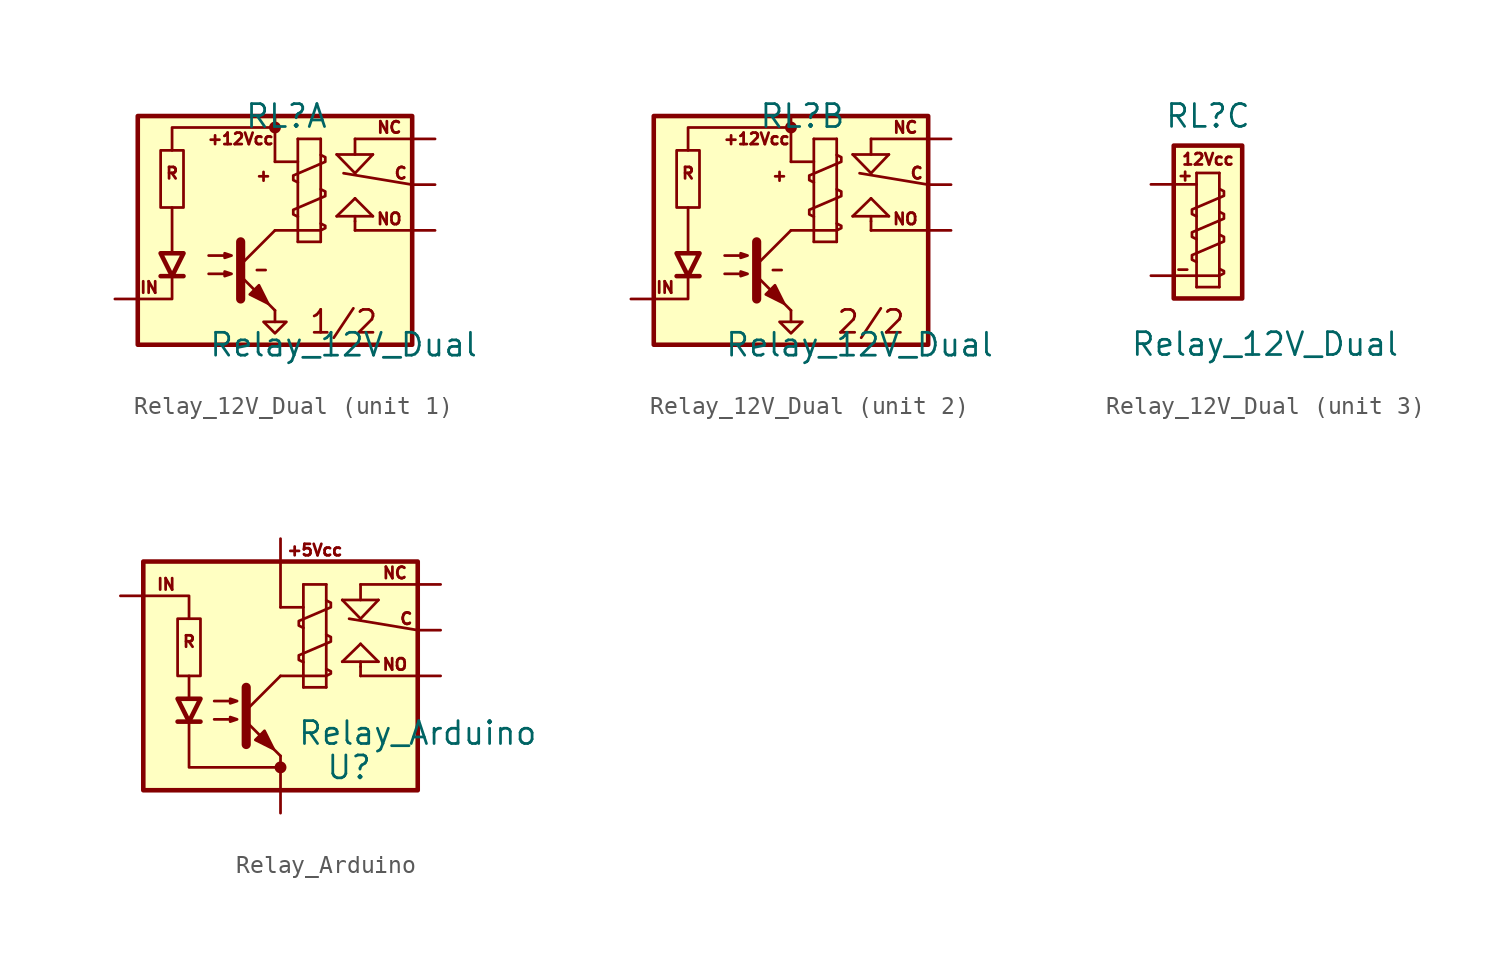
<source format=kicad_sym>
(kicad_symbol_lib
  (version 20211014)
  (generator kicad_symbol_editor)
  (symbol "Relay_12V_Dual"
    (pin_names
      (offset 1.016))
    (property "Reference" "RL"
      (at 0.635 6.35 0)
      (effects (font (size 1.27 1.27))))
    (property "Value" "Relay_12V_Dual"
      (at 3.81 -6.35 0)
      (effects (font (size 1.27 1.27))))
    (property "ki_locked" ""
      (at 0 0 0)
      (effects (font (size 1.27 1.27))))
    (symbol "Relay_12V_Dual_0_0"
      (text "+" (at -0.635 3.048 0) (effects (font (size 0.635 0.635))))
      (text "-" (at -0.762 -2.159 0) (effects (font (size 0.635 0.635)))))
    (symbol "Relay_12V_Dual_1_0"
      (polyline (pts (xy -5.715 1.27) (xy -5.715 -1.27)) (stroke (width 0) (type default) (color 0 0 0 0)) (fill (type none)))
      (polyline (pts (xy -5.715 -2.54) (xy -5.715 -3.81) (xy -7.62 -3.81)) (stroke (width 0) (type default) (color 0 0 0 0)) (fill (type none)))
      (polyline (pts (xy 0 5.715) (xy -5.715 5.715) (xy -5.715 4.445)) (stroke (width 0) (type default) (color 0 0 0 0)) (fill (type none)))
      (polyline (pts (xy -6.35 4.445) (xy -5.08 4.445) (xy -5.08 1.27) (xy -6.35 1.27) (xy -6.35 4.445)) (stroke (width 0) (type default) (color 0 0 0 0)) (fill (type none)))
      (text "+12Vcc" (at -1.905 5.08 0) (effects (font (size 0.635 0.635))))
      (text "1/2" (at 3.81 -5.08 0) (effects (font (size 1.27 1.27))))
      (text "C" (at 6.985 3.175 0) (effects (font (size 0.635 0.635))))
      (text "IN" (at -6.985 -3.175 0) (effects (font (size 0.635 0.635))))
      (text "NC" (at 6.35 5.715 0) (effects (font (size 0.635 0.635))))
      (text "NO" (at 6.35 0.635 0) (effects (font (size 0.635 0.635))))
      (text "R" (at -5.715 3.175 0) (effects (font (size 0.635 0.635)))))
    (symbol "Relay_12V_Dual_1_1"
      (rectangle (start -7.62 6.35) (end 7.62 -6.35) (stroke (width 0.254) (type default) (color 0 0 0 0)) (fill (type background)))
      (polyline (pts (xy -6.35 -2.54) (xy -5.08 -2.54)) (stroke (width 0.254) (type default) (color 0 0 0 0)) (fill (type none)))
      (polyline (pts (xy -1.905 -1.905) (xy 0 0)) (stroke (width 0) (type default) (color 0 0 0 0)) (fill (type none)))
      (polyline (pts (xy 0 -4.445) (xy -1.905 -2.54)) (stroke (width 0) (type default) (color 0 0 0 0)) (fill (type outline)))
      (polyline (pts (xy 0 -4.445) (xy 0 -5.08)) (stroke (width 0) (type default) (color 0 0 0 0)) (fill (type none)))
      (polyline (pts (xy 0 0) (xy 1.27 0)) (stroke (width 0) (type default) (color 0 0 0 0)) (fill (type none)))
      (polyline (pts (xy 0 3.81) (xy 1.27 3.81)) (stroke (width 0) (type default) (color 0 0 0 0)) (fill (type none)))
      (polyline (pts (xy 0 6.35) (xy 0 3.81)) (stroke (width 0) (type default) (color 0 0 0 0)) (fill (type none)))
      (polyline (pts (xy 1.27 5.08) (xy 1.27 -0.635)) (stroke (width 0) (type default) (color 0 0 0 0)) (fill (type none)))
      (polyline (pts (xy 1.27 5.08) (xy 2.54 5.08)) (stroke (width 0) (type default) (color 0 0 0 0)) (fill (type none)))
      (polyline (pts (xy 2.54 -0.635) (xy 1.27 -0.635)) (stroke (width 0) (type default) (color 0 0 0 0)) (fill (type none)))
      (polyline (pts (xy 2.54 5.08) (xy 2.54 -0.635)) (stroke (width 0) (type default) (color 0 0 0 0)) (fill (type none)))
      (polyline (pts (xy 3.429 0.787) (xy 5.436 0.787)) (stroke (width 0) (type default) (color 0 0 0 0)) (fill (type none)))
      (polyline (pts (xy 3.429 4.216) (xy 5.436 4.216)) (stroke (width 0) (type default) (color 0 0 0 0)) (fill (type none)))
      (polyline (pts (xy 3.81 3.175) (xy 7.62 2.54)) (stroke (width 0) (type default) (color 0 0 0 0)) (fill (type none)))
      (polyline (pts (xy 4.445 0) (xy 4.445 0.508)) (stroke (width 0) (type default) (color 0 0 0 0)) (fill (type none)))
      (polyline (pts (xy 4.445 0.508) (xy 4.445 0.787)) (stroke (width 0) (type default) (color 0 0 0 0)) (fill (type none)))
      (polyline (pts (xy 4.445 1.778) (xy 3.429 0.787)) (stroke (width 0) (type default) (color 0 0 0 0)) (fill (type none)))
      (polyline (pts (xy 4.445 3.175) (xy 3.429 4.216)) (stroke (width 0) (type default) (color 0 0 0 0)) (fill (type none)))
      (polyline (pts (xy 4.445 5.08) (xy 4.445 4.216)) (stroke (width 0) (type default) (color 0 0 0 0)) (fill (type none)))
      (polyline (pts (xy 4.445 5.08) (xy 7.62 5.08)) (stroke (width 0) (type default) (color 0 0 0 0)) (fill (type none)))
      (polyline (pts (xy 5.436 0.787) (xy 4.445 1.778)) (stroke (width 0) (type default) (color 0 0 0 0)) (fill (type none)))
      (polyline (pts (xy 5.436 4.216) (xy 4.445 3.175)) (stroke (width 0) (type default) (color 0 0 0 0)) (fill (type none)))
      (polyline (pts (xy 7.62 0) (xy 4.445 0)) (stroke (width 0) (type default) (color 0 0 0 0)) (fill (type none)))
      (polyline (pts (xy -1.905 -0.635) (xy -1.905 -3.81) (xy -1.905 -3.81)) (stroke (width 0.508) (type default) (color 0 0 0 0)) (fill (type none)))
      (polyline (pts (xy -5.715 -2.54) (xy -6.35 -1.27) (xy -5.08 -1.27) (xy -5.715 -2.54)) (stroke (width 0.254) (type default) (color 0 0 0 0)) (fill (type none)))
      (polyline (pts (xy -0.635 -5.08) (xy 0.635 -5.08) (xy 0 -5.715) (xy -0.635 -5.08)) (stroke (width 0) (type default) (color 0 0 0 0)) (fill (type none)))
      (polyline (pts (xy -3.683 -2.413) (xy -2.413 -2.413) (xy -2.794 -2.54) (xy -2.794 -2.286) (xy -2.413 -2.413)) (stroke (width 0) (type default) (color 0 0 0 0)) (fill (type none)))
      (polyline (pts (xy -3.683 -1.397) (xy -2.413 -1.397) (xy -2.794 -1.524) (xy -2.794 -1.27) (xy -2.413 -1.397)) (stroke (width 0) (type default) (color 0 0 0 0)) (fill (type none)))
      (polyline (pts (xy -1.397 -3.556) (xy -0.889 -3.048) (xy -0.381 -4.064) (xy -1.397 -3.556) (xy -1.397 -3.556)) (stroke (width 0) (type default) (color 0 0 0 0)) (fill (type outline)))
      (polyline (pts (xy 1.27 0) (xy 2.54 0) (xy 2.794 0.127) (xy 2.794 0.254) (xy 2.54 0.381)) (stroke (width 0) (type default) (color 0 0 0 0)) (fill (type none)))
      (polyline (pts (xy 1.27 0.762) (xy 1.016 0.889) (xy 1.016 1.143) (xy 2.794 1.905) (xy 2.794 2.159) (xy 2.54 2.286)) (stroke (width 0) (type default) (color 0 0 0 0)) (fill (type none)))
      (polyline (pts (xy 1.27 2.667) (xy 1.016 2.794) (xy 1.016 3.048) (xy 2.794 3.81) (xy 2.794 4.064) (xy 2.54 4.191)) (stroke (width 0) (type default) (color 0 0 0 0)) (fill (type none)))
      (circle (center 0 5.715) (radius 0.254) (stroke (width 0) (type default) (color 0 0 0 0)) (fill (type outline)))
      (pin input line (at -8.89 -3.81 0) (length 1.27) (name "~" (effects (font (size 1.016 1.016)))) (number "~" (effects (font (size 1.016 1.016)))))
      (pin passive line (at 8.89 0 180) (length 1.27) (name "~" (effects (font (size 1.016 1.016)))) (number "~" (effects (font (size 1.016 1.016)))))
      (pin passive line (at 8.89 2.54 180) (length 1.27) (name "~" (effects (font (size 1.016 1.016)))) (number "~" (effects (font (size 1.016 1.016)))))
      (pin passive line (at 8.89 5.08 180) (length 1.27) (name "~" (effects (font (size 1.016 1.016)))) (number "~" (effects (font (size 1.016 1.016))))))
    (symbol "Relay_12V_Dual_2_0"
      (polyline (pts (xy -5.715 1.27) (xy -5.715 -1.27)) (stroke (width 0) (type default) (color 0 0 0 0)) (fill (type none)))
      (polyline (pts (xy -5.715 -2.54) (xy -5.715 -3.81) (xy -7.62 -3.81)) (stroke (width 0) (type default) (color 0 0 0 0)) (fill (type none)))
      (polyline (pts (xy 0 5.715) (xy -5.715 5.715) (xy -5.715 4.445)) (stroke (width 0) (type default) (color 0 0 0 0)) (fill (type none)))
      (polyline (pts (xy -6.35 4.445) (xy -5.08 4.445) (xy -5.08 1.27) (xy -6.35 1.27) (xy -6.35 4.445)) (stroke (width 0) (type default) (color 0 0 0 0)) (fill (type none)))
      (text "+12Vcc" (at -1.905 5.08 0) (effects (font (size 0.635 0.635))))
      (text "2/2" (at 4.445 -5.08 0) (effects (font (size 1.27 1.27))))
      (text "C" (at 6.985 3.175 0) (effects (font (size 0.635 0.635))))
      (text "IN" (at -6.985 -3.175 0) (effects (font (size 0.635 0.635))))
      (text "NC" (at 6.35 5.715 0) (effects (font (size 0.635 0.635))))
      (text "NO" (at 6.35 0.635 0) (effects (font (size 0.635 0.635))))
      (text "R" (at -5.715 3.175 0) (effects (font (size 0.635 0.635)))))
    (symbol "Relay_12V_Dual_2_1"
      (rectangle (start -7.62 6.35) (end 7.62 -6.35) (stroke (width 0.254) (type default) (color 0 0 0 0)) (fill (type background)))
      (polyline (pts (xy -6.35 -2.54) (xy -5.08 -2.54)) (stroke (width 0.254) (type default) (color 0 0 0 0)) (fill (type none)))
      (polyline (pts (xy -1.905 -1.905) (xy 0 0)) (stroke (width 0) (type default) (color 0 0 0 0)) (fill (type none)))
      (polyline (pts (xy 0 -4.445) (xy -1.905 -2.54)) (stroke (width 0) (type default) (color 0 0 0 0)) (fill (type outline)))
      (polyline (pts (xy 0 -4.445) (xy 0 -5.08)) (stroke (width 0) (type default) (color 0 0 0 0)) (fill (type none)))
      (polyline (pts (xy 0 0) (xy 1.27 0)) (stroke (width 0) (type default) (color 0 0 0 0)) (fill (type none)))
      (polyline (pts (xy 0 3.81) (xy 1.27 3.81)) (stroke (width 0) (type default) (color 0 0 0 0)) (fill (type none)))
      (polyline (pts (xy 0 6.35) (xy 0 3.81)) (stroke (width 0) (type default) (color 0 0 0 0)) (fill (type none)))
      (polyline (pts (xy 1.27 5.08) (xy 1.27 -0.635)) (stroke (width 0) (type default) (color 0 0 0 0)) (fill (type none)))
      (polyline (pts (xy 1.27 5.08) (xy 2.54 5.08)) (stroke (width 0) (type default) (color 0 0 0 0)) (fill (type none)))
      (polyline (pts (xy 2.54 -0.635) (xy 1.27 -0.635)) (stroke (width 0) (type default) (color 0 0 0 0)) (fill (type none)))
      (polyline (pts (xy 2.54 5.08) (xy 2.54 -0.635)) (stroke (width 0) (type default) (color 0 0 0 0)) (fill (type none)))
      (polyline (pts (xy 3.429 0.787) (xy 5.436 0.787)) (stroke (width 0) (type default) (color 0 0 0 0)) (fill (type none)))
      (polyline (pts (xy 3.429 4.216) (xy 5.436 4.216)) (stroke (width 0) (type default) (color 0 0 0 0)) (fill (type none)))
      (polyline (pts (xy 3.81 3.175) (xy 7.62 2.54)) (stroke (width 0) (type default) (color 0 0 0 0)) (fill (type none)))
      (polyline (pts (xy 4.445 0) (xy 4.445 0.508)) (stroke (width 0) (type default) (color 0 0 0 0)) (fill (type none)))
      (polyline (pts (xy 4.445 0.508) (xy 4.445 0.787)) (stroke (width 0) (type default) (color 0 0 0 0)) (fill (type none)))
      (polyline (pts (xy 4.445 1.778) (xy 3.429 0.787)) (stroke (width 0) (type default) (color 0 0 0 0)) (fill (type none)))
      (polyline (pts (xy 4.445 3.175) (xy 3.429 4.216)) (stroke (width 0) (type default) (color 0 0 0 0)) (fill (type none)))
      (polyline (pts (xy 4.445 5.08) (xy 4.445 4.216)) (stroke (width 0) (type default) (color 0 0 0 0)) (fill (type none)))
      (polyline (pts (xy 4.445 5.08) (xy 7.62 5.08)) (stroke (width 0) (type default) (color 0 0 0 0)) (fill (type none)))
      (polyline (pts (xy 5.436 0.787) (xy 4.445 1.778)) (stroke (width 0) (type default) (color 0 0 0 0)) (fill (type none)))
      (polyline (pts (xy 5.436 4.216) (xy 4.445 3.175)) (stroke (width 0) (type default) (color 0 0 0 0)) (fill (type none)))
      (polyline (pts (xy 7.62 0) (xy 4.445 0)) (stroke (width 0) (type default) (color 0 0 0 0)) (fill (type none)))
      (polyline (pts (xy -1.905 -0.635) (xy -1.905 -3.81) (xy -1.905 -3.81)) (stroke (width 0.508) (type default) (color 0 0 0 0)) (fill (type none)))
      (polyline (pts (xy -5.715 -2.54) (xy -6.35 -1.27) (xy -5.08 -1.27) (xy -5.715 -2.54)) (stroke (width 0.254) (type default) (color 0 0 0 0)) (fill (type none)))
      (polyline (pts (xy -0.635 -5.08) (xy 0.635 -5.08) (xy 0 -5.715) (xy -0.635 -5.08)) (stroke (width 0) (type default) (color 0 0 0 0)) (fill (type none)))
      (polyline (pts (xy -3.683 -2.413) (xy -2.413 -2.413) (xy -2.794 -2.54) (xy -2.794 -2.286) (xy -2.413 -2.413)) (stroke (width 0) (type default) (color 0 0 0 0)) (fill (type none)))
      (polyline (pts (xy -3.683 -1.397) (xy -2.413 -1.397) (xy -2.794 -1.524) (xy -2.794 -1.27) (xy -2.413 -1.397)) (stroke (width 0) (type default) (color 0 0 0 0)) (fill (type none)))
      (polyline (pts (xy -1.397 -3.556) (xy -0.889 -3.048) (xy -0.381 -4.064) (xy -1.397 -3.556) (xy -1.397 -3.556)) (stroke (width 0) (type default) (color 0 0 0 0)) (fill (type outline)))
      (polyline (pts (xy 1.27 0) (xy 2.54 0) (xy 2.794 0.127) (xy 2.794 0.254) (xy 2.54 0.381)) (stroke (width 0) (type default) (color 0 0 0 0)) (fill (type none)))
      (polyline (pts (xy 1.27 0.762) (xy 1.016 0.889) (xy 1.016 1.143) (xy 2.794 1.905) (xy 2.794 2.159) (xy 2.54 2.286)) (stroke (width 0) (type default) (color 0 0 0 0)) (fill (type none)))
      (polyline (pts (xy 1.27 2.667) (xy 1.016 2.794) (xy 1.016 3.048) (xy 2.794 3.81) (xy 2.794 4.064) (xy 2.54 4.191)) (stroke (width 0) (type default) (color 0 0 0 0)) (fill (type none)))
      (circle (center 0 5.715) (radius 0.254) (stroke (width 0) (type default) (color 0 0 0 0)) (fill (type outline)))
      (pin input line (at -8.89 -3.81 0) (length 1.27) (name "~" (effects (font (size 1.016 1.016)))) (number "~" (effects (font (size 1.016 1.016)))))
      (pin passive line (at 8.89 0 180) (length 1.27) (name "~" (effects (font (size 1.016 1.016)))) (number "~" (effects (font (size 1.016 1.016)))))
      (pin passive line (at 8.89 2.54 180) (length 1.27) (name "~" (effects (font (size 1.016 1.016)))) (number "~" (effects (font (size 1.016 1.016)))))
      (pin passive line (at 8.89 5.08 180) (length 1.27) (name "~" (effects (font (size 1.016 1.016)))) (number "~" (effects (font (size 1.016 1.016))))))
    (symbol "Relay_12V_Dual_3_0"
      (text "12Vcc" (at 0.635 3.937 0) (effects (font (size 0.635 0.635)))))
    (symbol "Relay_12V_Dual_3_1"
      (rectangle (start -1.27 4.699) (end 2.54 -3.81) (stroke (width 0.254) (type default) (color 0 0 0 0)) (fill (type background)))
      (polyline (pts (xy -1.27 -2.54) (xy 0 -2.54)) (stroke (width 0) (type default) (color 0 0 0 0)) (fill (type none)))
      (polyline (pts (xy -1.27 2.54) (xy 0 2.54)) (stroke (width 0) (type default) (color 0 0 0 0)) (fill (type none)))
      (polyline (pts (xy 0 3.175) (xy 0 -3.175)) (stroke (width 0) (type default) (color 0 0 0 0)) (fill (type none)))
      (polyline (pts (xy 0 3.175) (xy 1.27 3.175)) (stroke (width 0) (type default) (color 0 0 0 0)) (fill (type none)))
      (polyline (pts (xy 1.27 -3.175) (xy 0 -3.175)) (stroke (width 0) (type default) (color 0 0 0 0)) (fill (type none)))
      (polyline (pts (xy 1.27 3.175) (xy 1.27 -3.175)) (stroke (width 0) (type default) (color 0 0 0 0)) (fill (type none)))
      (polyline (pts (xy 0 -2.54) (xy 1.27 -2.54) (xy 1.524 -2.413) (xy 1.524 -2.286) (xy 1.27 -2.159)) (stroke (width 0) (type default) (color 0 0 0 0)) (fill (type none)))
      (polyline (pts (xy 0 -1.778) (xy -0.254 -1.651) (xy -0.254 -1.397) (xy 1.524 -0.635) (xy 1.524 -0.381) (xy 1.27 -0.254)) (stroke (width 0) (type default) (color 0 0 0 0)) (fill (type none)))
      (polyline (pts (xy 0 -0.508) (xy -0.254 -0.381) (xy -0.254 -0.127) (xy 1.524 0.635) (xy 1.524 0.889) (xy 1.27 1.016)) (stroke (width 0) (type default) (color 0 0 0 0)) (fill (type none)))
      (polyline (pts (xy 0 0.762) (xy -0.254 0.889) (xy -0.254 1.143) (xy 1.524 1.905) (xy 1.524 2.159) (xy 1.27 2.286)) (stroke (width 0) (type default) (color 0 0 0 0)) (fill (type none)))
      (pin power_in line (at -2.54 -2.54 0) (length 1.27) (name "~" (effects (font (size 1.016 1.016)))) (number "~" (effects (font (size 1.016 1.016)))))
      (pin power_in line (at -2.54 2.54 0) (length 1.27) (name "~" (effects (font (size 1.016 1.016)))) (number "~" (effects (font (size 1.016 1.016)))))))
  (symbol "Relay_Arduino"
    (pin_names
      (offset 1.016))
    (property "Reference" "U"
      (at 3.81 -5.08 0)
      (effects (font (size 1.27 1.27))))
    (property "Value" "Relay_Arduino"
      (at 7.62 -3.175 0)
      (effects (font (size 1.27 1.27))))
    (symbol "Relay_Arduino_0_0"
      (polyline (pts (xy -5.08 0) (xy -5.08 -1.27)) (stroke (width 0) (type default) (color 0 0 0 0)) (fill (type none)))
      (polyline (pts (xy -7.62 4.445) (xy -5.08 4.445) (xy -5.08 3.175)) (stroke (width 0) (type default) (color 0 0 0 0)) (fill (type none)))
      (polyline (pts (xy -5.08 -2.54) (xy -5.08 -5.08) (xy 0 -5.08)) (stroke (width 0) (type default) (color 0 0 0 0)) (fill (type none)))
      (polyline (pts (xy -5.715 3.175) (xy -4.445 3.175) (xy -4.445 0) (xy -5.715 0) (xy -5.715 3.175)) (stroke (width 0) (type default) (color 0 0 0 0)) (fill (type none)))
      (text "+5Vcc" (at 1.905 6.985 0) (effects (font (size 0.635 0.635))))
      (text "C" (at 6.985 3.175 0) (effects (font (size 0.635 0.635))))
      (text "IN" (at -6.35 5.08 0) (effects (font (size 0.635 0.635))))
      (text "NC" (at 6.35 5.715 0) (effects (font (size 0.635 0.635))))
      (text "NO" (at 6.35 0.635 0) (effects (font (size 0.635 0.635))))
      (text "R" (at -5.08 1.905 0) (effects (font (size 0.635 0.635)))))
    (symbol "Relay_Arduino_0_1"
      (polyline (pts (xy 3.81 3.175) (xy 7.62 2.54)) (stroke (width 0) (type default) (color 0 0 0 0)) (fill (type none))))
    (symbol "Relay_Arduino_1_1"
      (rectangle (start -7.62 6.35) (end 7.62 -6.35) (stroke (width 0.254) (type default) (color 0 0 0 0)) (fill (type background)))
      (circle (center 0 -5.08) (radius 0.254) (stroke (width 0) (type default) (color 0 0 0 0)) (fill (type outline)))
      (polyline (pts (xy -5.715 -2.54) (xy -4.445 -2.54)) (stroke (width 0.254) (type default) (color 0 0 0 0)) (fill (type none)))
      (polyline (pts (xy -1.905 -1.905) (xy 0 0)) (stroke (width 0) (type default) (color 0 0 0 0)) (fill (type none)))
      (polyline (pts (xy 0 -4.445) (xy -1.905 -2.54)) (stroke (width 0) (type default) (color 0 0 0 0)) (fill (type outline)))
      (polyline (pts (xy 0 -4.445) (xy 0 -6.35)) (stroke (width 0) (type default) (color 0 0 0 0)) (fill (type none)))
      (polyline (pts (xy 0 0) (xy 1.27 0)) (stroke (width 0) (type default) (color 0 0 0 0)) (fill (type none)))
      (polyline (pts (xy 0 3.81) (xy 1.27 3.81)) (stroke (width 0) (type default) (color 0 0 0 0)) (fill (type none)))
      (polyline (pts (xy 0 6.35) (xy 0 3.81)) (stroke (width 0) (type default) (color 0 0 0 0)) (fill (type none)))
      (polyline (pts (xy 1.27 5.08) (xy 1.27 -0.635)) (stroke (width 0) (type default) (color 0 0 0 0)) (fill (type none)))
      (polyline (pts (xy 1.27 5.08) (xy 2.54 5.08)) (stroke (width 0) (type default) (color 0 0 0 0)) (fill (type none)))
      (polyline (pts (xy 2.54 -0.635) (xy 1.27 -0.635)) (stroke (width 0) (type default) (color 0 0 0 0)) (fill (type none)))
      (polyline (pts (xy 2.54 5.08) (xy 2.54 -0.635)) (stroke (width 0) (type default) (color 0 0 0 0)) (fill (type none)))
      (polyline (pts (xy 3.429 0.787) (xy 5.436 0.787)) (stroke (width 0) (type default) (color 0 0 0 0)) (fill (type none)))
      (polyline (pts (xy 3.429 4.216) (xy 5.436 4.216)) (stroke (width 0) (type default) (color 0 0 0 0)) (fill (type none)))
      (polyline (pts (xy 4.445 0) (xy 4.445 0.508)) (stroke (width 0) (type default) (color 0 0 0 0)) (fill (type none)))
      (polyline (pts (xy 4.445 0.508) (xy 4.445 0.787)) (stroke (width 0) (type default) (color 0 0 0 0)) (fill (type none)))
      (polyline (pts (xy 4.445 1.778) (xy 3.429 0.787)) (stroke (width 0) (type default) (color 0 0 0 0)) (fill (type none)))
      (polyline (pts (xy 4.445 3.175) (xy 3.429 4.216)) (stroke (width 0) (type default) (color 0 0 0 0)) (fill (type none)))
      (polyline (pts (xy 4.445 5.08) (xy 4.445 4.216)) (stroke (width 0) (type default) (color 0 0 0 0)) (fill (type none)))
      (polyline (pts (xy 4.445 5.08) (xy 7.62 5.08)) (stroke (width 0) (type default) (color 0 0 0 0)) (fill (type none)))
      (polyline (pts (xy 5.436 0.787) (xy 4.445 1.778)) (stroke (width 0) (type default) (color 0 0 0 0)) (fill (type none)))
      (polyline (pts (xy 5.436 4.216) (xy 4.445 3.175)) (stroke (width 0) (type default) (color 0 0 0 0)) (fill (type none)))
      (polyline (pts (xy 7.62 0) (xy 4.445 0)) (stroke (width 0) (type default) (color 0 0 0 0)) (fill (type none)))
      (polyline (pts (xy -1.905 -0.635) (xy -1.905 -3.81) (xy -1.905 -3.81)) (stroke (width 0.508) (type default) (color 0 0 0 0)) (fill (type none)))
      (polyline (pts (xy -5.08 -2.54) (xy -5.715 -1.27) (xy -4.445 -1.27) (xy -5.08 -2.54)) (stroke (width 0.254) (type default) (color 0 0 0 0)) (fill (type none)))
      (polyline (pts (xy -3.683 -2.413) (xy -2.413 -2.413) (xy -2.794 -2.54) (xy -2.794 -2.286) (xy -2.413 -2.413)) (stroke (width 0) (type default) (color 0 0 0 0)) (fill (type none)))
      (polyline (pts (xy -3.683 -1.397) (xy -2.413 -1.397) (xy -2.794 -1.524) (xy -2.794 -1.27) (xy -2.413 -1.397)) (stroke (width 0) (type default) (color 0 0 0 0)) (fill (type none)))
      (polyline (pts (xy -1.397 -3.556) (xy -0.889 -3.048) (xy -0.381 -4.064) (xy -1.397 -3.556) (xy -1.397 -3.556)) (stroke (width 0) (type default) (color 0 0 0 0)) (fill (type outline)))
      (polyline (pts (xy 1.27 0) (xy 2.54 0) (xy 2.794 0.127) (xy 2.794 0.254) (xy 2.54 0.381)) (stroke (width 0) (type default) (color 0 0 0 0)) (fill (type none)))
      (polyline (pts (xy 1.27 0.762) (xy 1.016 0.889) (xy 1.016 1.143) (xy 2.794 1.905) (xy 2.794 2.159) (xy 2.54 2.286)) (stroke (width 0) (type default) (color 0 0 0 0)) (fill (type none)))
      (polyline (pts (xy 1.27 2.667) (xy 1.016 2.794) (xy 1.016 3.048) (xy 2.794 3.81) (xy 2.794 4.064) (xy 2.54 4.191)) (stroke (width 0) (type default) (color 0 0 0 0)) (fill (type none)))
      (pin input line (at -8.89 4.445 0) (length 1.27) (name "~" (effects (font (size 1.016 1.016)))) (number "~" (effects (font (size 1.016 1.016)))))
      (pin power_in line (at 0 -7.62 90) (length 1.27) (name "~" (effects (font (size 1.016 1.016)))) (number "~" (effects (font (size 1.016 1.016)))))
      (pin power_in line (at 0 7.62 270) (length 1.27) (name "~" (effects (font (size 1.016 1.016)))) (number "~" (effects (font (size 1.016 1.016)))))
      (pin passive line (at 8.89 0 180) (length 1.27) (name "~" (effects (font (size 1.016 1.016)))) (number "~" (effects (font (size 1.016 1.016)))))
      (pin passive line (at 8.89 2.54 180) (length 1.27) (name "~" (effects (font (size 1.016 1.016)))) (number "~" (effects (font (size 1.016 1.016)))))
      (pin passive line (at 8.89 5.08 180) (length 1.27) (name "~" (effects (font (size 1.016 1.016)))) (number "~" (effects (font (size 1.016 1.016))))))))
</source>
